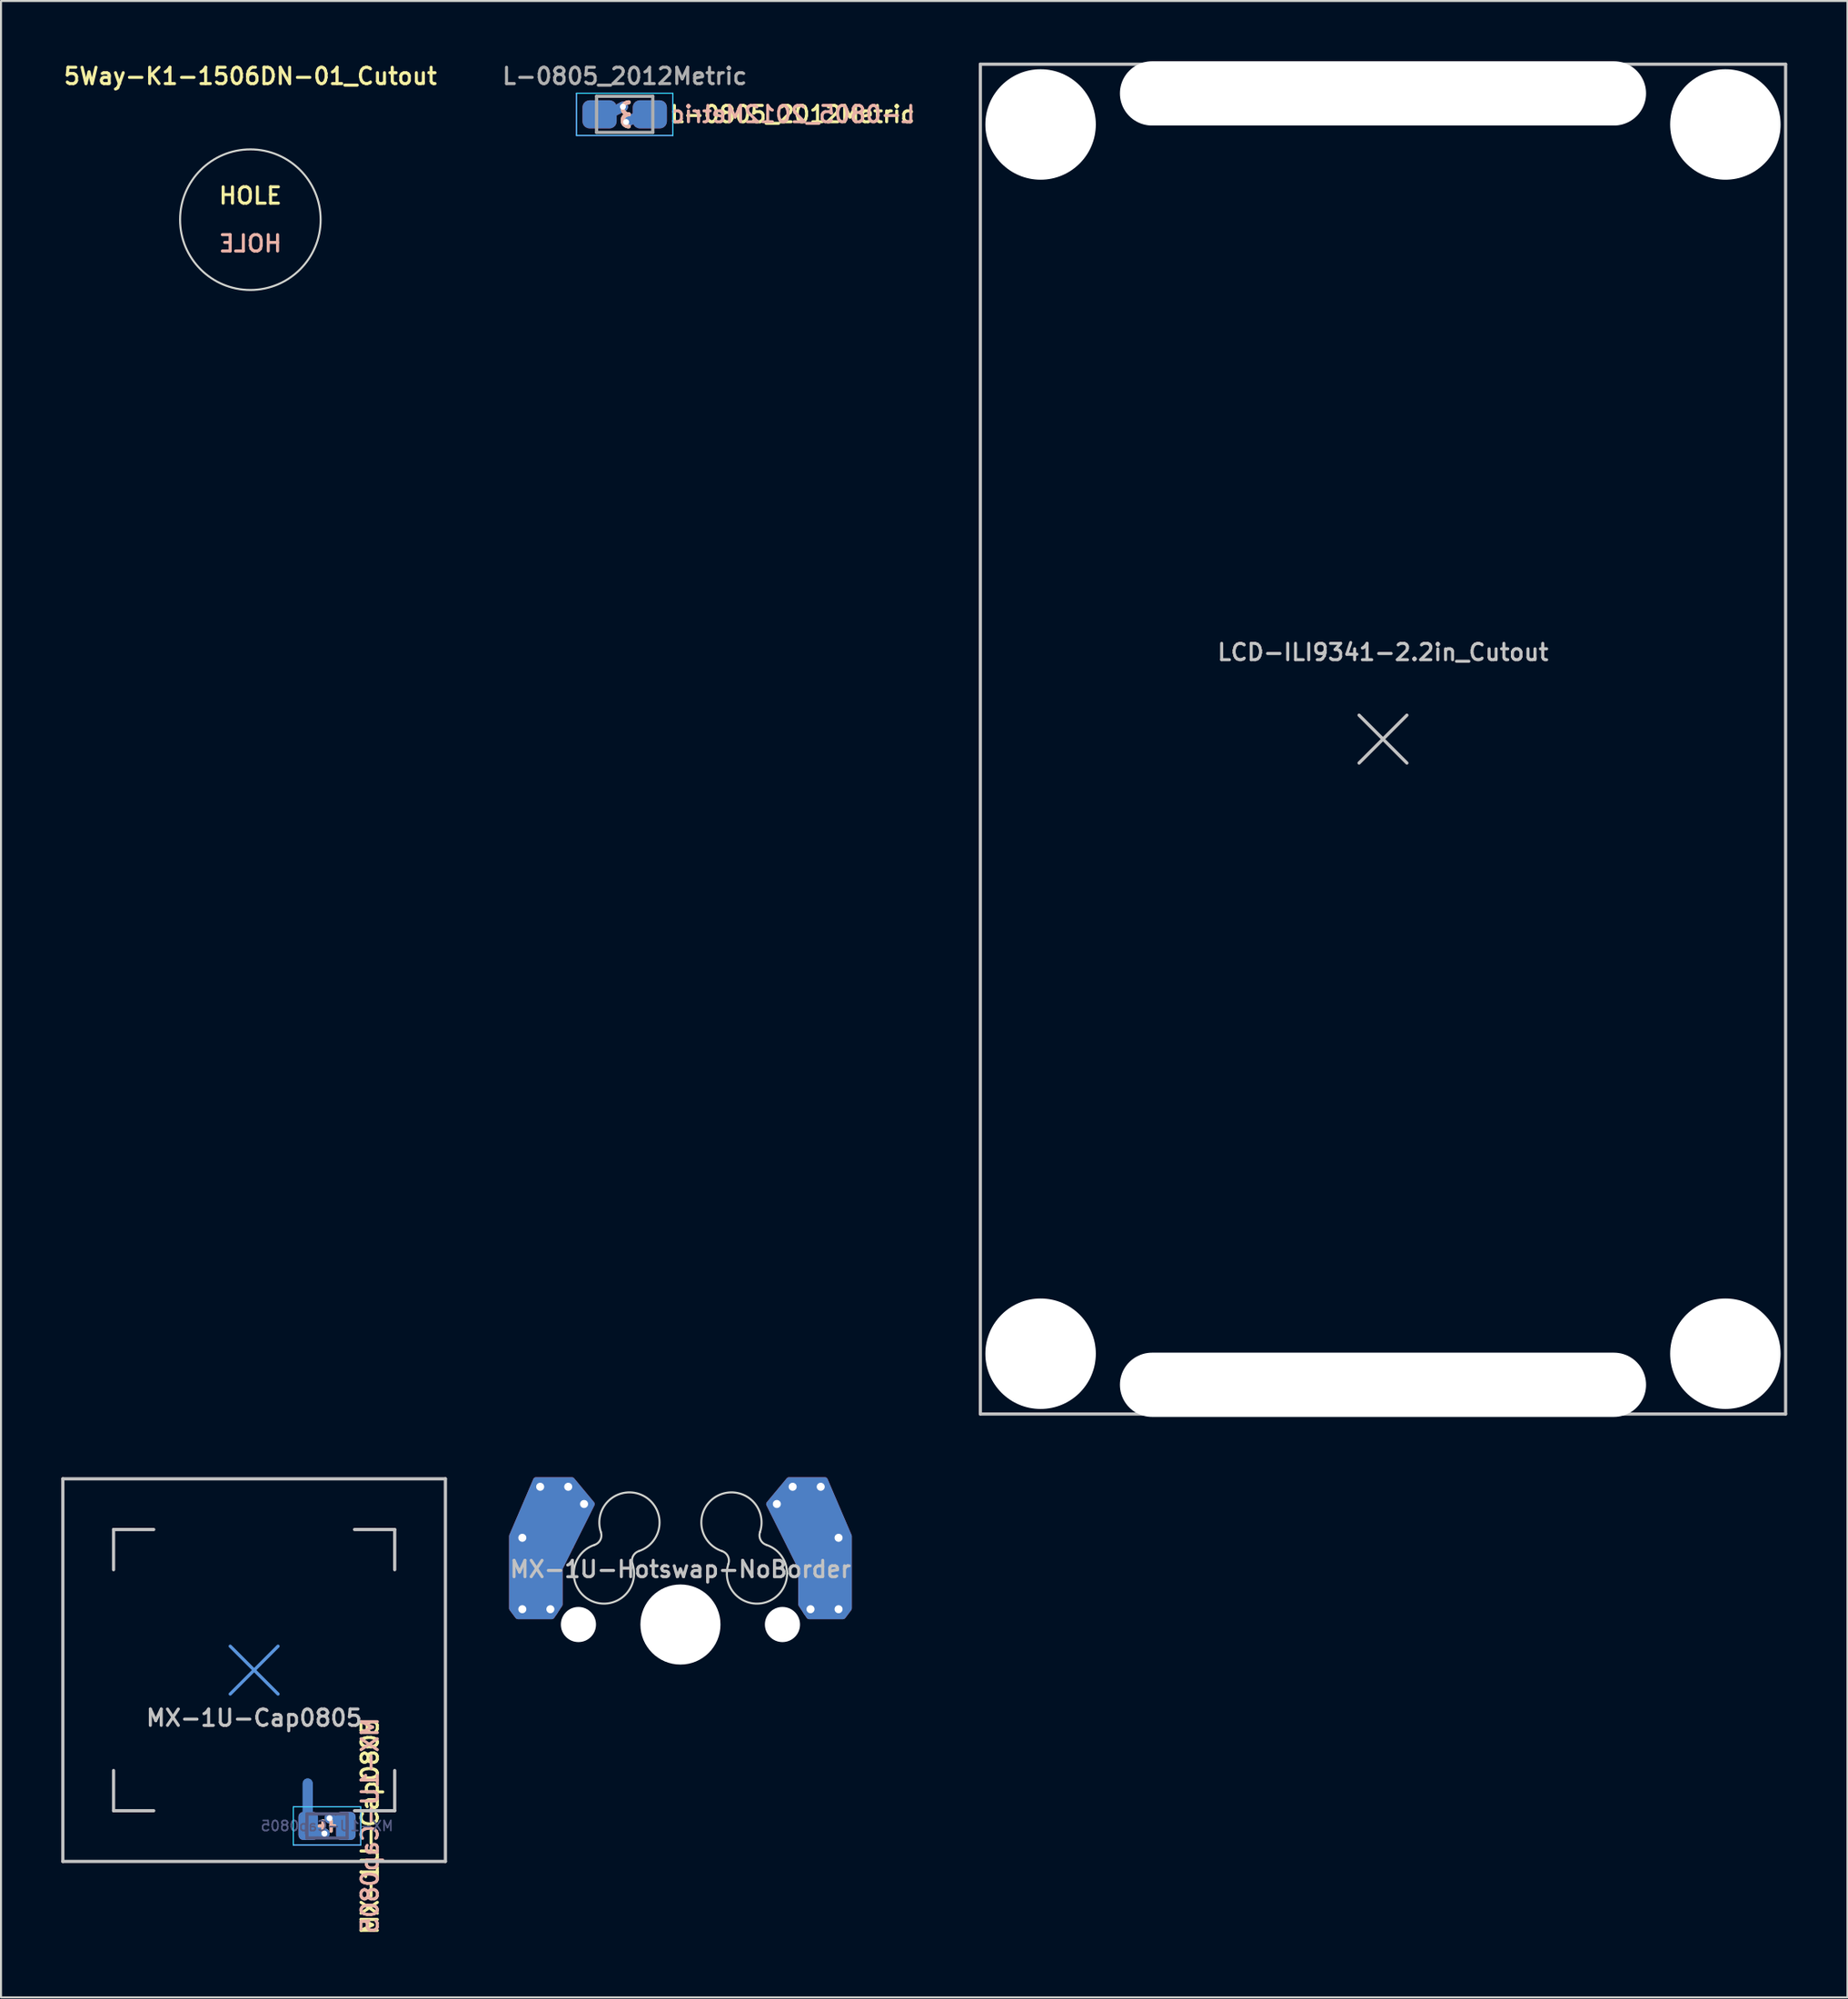
<source format=kicad_pcb>
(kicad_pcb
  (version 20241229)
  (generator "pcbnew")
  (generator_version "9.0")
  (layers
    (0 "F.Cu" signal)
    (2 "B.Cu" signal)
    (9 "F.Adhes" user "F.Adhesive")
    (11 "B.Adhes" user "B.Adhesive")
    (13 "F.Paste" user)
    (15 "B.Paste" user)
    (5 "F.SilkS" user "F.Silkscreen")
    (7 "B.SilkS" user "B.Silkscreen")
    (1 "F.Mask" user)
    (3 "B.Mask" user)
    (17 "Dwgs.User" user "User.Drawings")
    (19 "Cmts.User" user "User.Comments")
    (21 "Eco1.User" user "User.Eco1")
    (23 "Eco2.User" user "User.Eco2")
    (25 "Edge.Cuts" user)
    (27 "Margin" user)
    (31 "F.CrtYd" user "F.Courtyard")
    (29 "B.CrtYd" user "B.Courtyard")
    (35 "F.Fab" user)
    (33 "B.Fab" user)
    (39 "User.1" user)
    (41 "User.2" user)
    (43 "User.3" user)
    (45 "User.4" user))
  (footprint "L-0805_2012Metric"
    (layer "F.Cu")
    (at 28.058 2.643)
    (property "Reference" "L-0805_2012Metric" (at 2.182 0 0) (layer "F.SilkS") (effects (font (size 0.813 0.813) (thickness 0.152)) (justify left)))
    (attr smd)
    (fp_arc (start 0.2 0) (mid -0.1 -0.3) (end 0.2 -0.6) (stroke (width 0.2) (type solid)) (layer "F.SilkS"))
    (fp_arc (start 0.2 0.6) (mid -0.1 0.3) (end 0.2 0) (stroke (width 0.2) (type solid)) (layer "F.SilkS"))
    (fp_arc (start 0.2 0) (mid -0.1 -0.3) (end 0.2 -0.6) (stroke (width 0.2) (type solid)) (layer "B.SilkS"))
    (fp_arc (start 0.2 0.6) (mid -0.1 0.3) (end 0.2 0) (stroke (width 0.2) (type solid)) (layer "B.SilkS"))
    (fp_line (start -2.4 -1.05) (end -2.4 1.05) (stroke (width 0.05) (type solid)) (layer "B.CrtYd"))
    (fp_line (start -2.4 -1.05) (end 2.4 -1.05) (stroke (width 0.05) (type solid)) (layer "B.CrtYd"))
    (fp_line (start 2.4 -1.05) (end 2.4 1.05) (stroke (width 0.05) (type solid)) (layer "B.CrtYd"))
    (fp_line (start 2.4 1.05) (end -2.4 1.05) (stroke (width 0.05) (type solid)) (layer "B.CrtYd"))
    (fp_line (start -2.4 -1.05) (end -2.4 1.05) (stroke (width 0.05) (type solid)) (layer "F.CrtYd"))
    (fp_line (start -2.4 -1.05) (end 2.4 -1.05) (stroke (width 0.05) (type solid)) (layer "F.CrtYd"))
    (fp_line (start 2.4 -1.05) (end 2.4 1.05) (stroke (width 0.05) (type solid)) (layer "F.CrtYd"))
    (fp_line (start 2.4 1.05) (end -2.4 1.05) (stroke (width 0.05) (type solid)) (layer "F.CrtYd"))
    (fp_line (start -1.4 -0.9) (end 1.4 -0.9) (stroke (width 0.16) (type solid)) (layer "F.Fab"))
    (fp_line (start -1.4 0.9) (end -1.4 -0.9) (stroke (width 0.16) (type solid)) (layer "F.Fab"))
    (fp_line (start 1.4 -0.9) (end 1.4 0.9) (stroke (width 0.16) (type solid)) (layer "F.Fab"))
    (fp_line (start 1.4 0.9) (end -1.4 0.9) (stroke (width 0.16) (type solid)) (layer "F.Fab"))
    (fp_text user "${REFERENCE}" (at 2.182 0 0) (layer "B.SilkS") (effects (font (size 0.813 0.813) (thickness 0.152)) (justify right mirror)))
    (fp_text user "${REFERENCE}" (at 0 -1.9 0) (layer "F.Fab") (effects (font (size 0.813 0.813) (thickness 0.152))))
    (pad "1" smd roundrect (at -1.251 0) (size 1.701 1.4) (layers "F.Cu" "F.Mask" "F.Paste") (roundrect_rratio 0.25))
    (pad "1" smd roundrect (at -1.251 0) (size 1.701 1.4) (layers "B.Cu" "B.Mask" "B.Paste") (roundrect_rratio 0.25))
    (pad "1" smd custom (at -0.851 0) (size 0.01 0.01) (layers "F.Cu") (options (anchor circle)) (primitives (gr_line (start 0.762 -0.381) (end 0 0) (width 0.5))))
    (pad "1" smd custom (at -0.851 0) (size 0.01 0.01) (layers "B.Cu") (options (anchor circle)) (primitives (gr_line (start 0.762 -0.381) (end 0 0) (width 0.5))))
    (pad "1" thru_hole circle (at -0.089 -0.381) (size 0.5 0.5) (drill 0.3) (layers "*.Cu"))
    (pad "2" thru_hole circle (at 0.07 0.381) (size 0.5 0.5) (drill 0.3) (layers "*.Cu"))
    (pad "2" smd custom (at 0.851 0) (size 0.01 0.01) (layers "F.Cu") (options (anchor circle)) (primitives (gr_line (start -0.761 0.381) (end 0.001 0) (width 0.5))))
    (pad "2" smd custom (at 0.851 0) (size 0.01 0.01) (layers "B.Cu") (options (anchor circle)) (primitives (gr_line (start -0.761 0.381) (end 0.001 0) (width 0.5))))
    (pad "2" smd roundrect (at 1.251 0) (size 1.701 1.4) (layers "F.Cu" "F.Mask" "F.Paste") (roundrect_rratio 0.25))
    (pad "2" smd roundrect (at 1.251 0) (size 1.701 1.4) (layers "B.Cu" "B.Mask" "B.Paste") (roundrect_rratio 0.25)))
  (footprint "5Way-K1-1506DN-01_Cutout"
    (layer "F.Cu")
    (at 9.417 7.887)
    (property "Reference" "5Way-K1-1506DN-01_Cutout" (at 0 -7.144 0) (layer "F.SilkS") (effects (font (size 0.813 0.813) (thickness 0.152))))
    (attr exclude_from_pos_files exclude_from_bom)
    (fp_circle (center 0 0) (end 3.5 0) (stroke (width 0.1) (type solid)) (fill no) (layer "Edge.Cuts"))
    (fp_text user "HOLE" (at 0 -1.191 0) (layer "F.SilkS") (effects (font (size 0.813 0.813) (thickness 0.152))))
    (fp_text user "HOLE" (at 0 1.191 0) (layer "B.SilkS") (effects (font (size 0.813 0.813) (thickness 0.152)) (justify mirror))))
  (footprint "LCD-ILI9341-2.2in_Cutout"
    (layer "F.Cu")
    (at 65.818 33.747)
    (property "Reference" "LCD-ILI9341-2.2in_Cutout" (at 0 -4.322 180) (layer "Dwgs.User") (effects (font (size 0.813 0.813) (thickness 0.152))))
    (attr exclude_from_pos_files exclude_from_bom)
    (fp_line (start -20.05 -33.6) (end -20.05 33.6) (stroke (width 0.16) (type solid)) (layer "Dwgs.User"))
    (fp_line (start -20.05 -33.6) (end 20.05 -33.6) (stroke (width 0.16) (type solid)) (layer "Dwgs.User"))
    (fp_line (start -20.05 33.6) (end 20.05 33.6) (stroke (width 0.16) (type solid)) (layer "Dwgs.User"))
    (fp_line (start -1.191 -1.191) (end 1.191 1.191) (stroke (width 0.16) (type solid)) (layer "Dwgs.User"))
    (fp_line (start 1.191 -1.191) (end -1.191 1.191) (stroke (width 0.16) (type solid)) (layer "Dwgs.User"))
    (fp_line (start 20.05 -33.6) (end 20.05 33.6) (stroke (width 0.16) (type solid)) (layer "Dwgs.User"))
    (fp_text user "HOLE" (at -2.381 32.147 0) (layer "F.SilkS") (effects (font (size 0.813 0.813) (thickness 0.152))))
    (fp_text user "HOLE" (at -2.381 -32.147 0) (layer "F.SilkS") (effects (font (size 0.813 0.813) (thickness 0.152))))
    (fp_text user "HOLE" (at 2.381 32.147 0) (layer "B.SilkS") (effects (font (size 0.813 0.813) (thickness 0.152)) (justify mirror)))
    (fp_text user "HOLE" (at 2.381 -32.147 0) (layer "B.SilkS") (effects (font (size 0.813 0.813) (thickness 0.152)) (justify mirror)))
    (pad "" np_thru_hole circle (at -17.05 -30.6) (size 5.5 5.5) (drill 5.5) (layers "*.Cu" "*.Mask"))
    (pad "" np_thru_hole circle (at -17.05 30.6) (size 5.5 5.5) (drill 5.5) (layers "*.Cu" "*.Mask"))
    (pad "" np_thru_hole oval (at 0 -32.147) (size 26.2 3.2) (drill oval 26.2 3.2) (layers "*.Cu" "*.Mask"))
    (pad "" np_thru_hole oval (at 0 32.147) (size 26.2 3.2) (drill oval 26.2 3.2) (layers "*.Cu" "*.Mask"))
    (pad "" np_thru_hole circle (at 17.05 -30.6) (size 5.5 5.5) (drill 5.5) (layers "*.Cu" "*.Mask"))
    (pad "" np_thru_hole circle (at 17.05 30.6 90) (size 5.5 5.5) (drill 5.5) (layers "*.Cu" "*.Mask")))
  (footprint "MX-1U-Cap0805"
    (layer "F.Cu")
    (at 9.605 80.099)
    (property "Reference" "MX-1U-Cap0805" (at 0 2.381 0) (layer "Dwgs.User") (effects (font (size 0.813 0.813) (thickness 0.152))))
    (attr through_hole)
    (fp_line (start 3.427 8.016) (end 3.427 7.499) (stroke (width 0.16) (type solid)) (layer "F.SilkS"))
    (fp_line (start 3.439 7.757) (end 3.248 7.757) (stroke (width 0.16) (type solid)) (layer "F.SilkS"))
    (fp_line (start 3.831 8.016) (end 3.831 7.499) (stroke (width 0.16) (type solid)) (layer "F.SilkS"))
    (fp_line (start 4.01 7.757) (end 3.82 7.757) (stroke (width 0.16) (type solid)) (layer "F.SilkS"))
    (fp_line (start 3.427 8.016) (end 3.427 7.499) (stroke (width 0.16) (type solid)) (layer "B.SilkS"))
    (fp_line (start 3.439 7.757) (end 3.248 7.757) (stroke (width 0.16) (type solid)) (layer "B.SilkS"))
    (fp_line (start 3.831 8.016) (end 3.831 7.499) (stroke (width 0.16) (type solid)) (layer "B.SilkS"))
    (fp_line (start 4.01 7.757) (end 3.82 7.757) (stroke (width 0.16) (type solid)) (layer "B.SilkS"))
    (fp_line (start -9.525 -9.525) (end 9.525 -9.525) (stroke (width 0.16) (type solid)) (layer "Dwgs.User"))
    (fp_line (start -9.525 9.525) (end -9.525 -9.525) (stroke (width 0.16) (type solid)) (layer "Dwgs.User"))
    (fp_line (start -7 -7) (end -7 -5) (stroke (width 0.16) (type solid)) (layer "Dwgs.User"))
    (fp_line (start -7 5) (end -7 7) (stroke (width 0.16) (type solid)) (layer "Dwgs.User"))
    (fp_line (start -7 7) (end -5 7) (stroke (width 0.16) (type solid)) (layer "Dwgs.User"))
    (fp_line (start -5 -7) (end -7 -7) (stroke (width 0.16) (type solid)) (layer "Dwgs.User"))
    (fp_line (start 5 -7) (end 7 -7) (stroke (width 0.16) (type solid)) (layer "Dwgs.User"))
    (fp_line (start 5 7) (end 7 7) (stroke (width 0.16) (type solid)) (layer "Dwgs.User"))
    (fp_line (start 7 -7) (end 7 -5) (stroke (width 0.16) (type solid)) (layer "Dwgs.User"))
    (fp_line (start 7 7) (end 7 5) (stroke (width 0.16) (type solid)) (layer "Dwgs.User"))
    (fp_line (start 9.525 -9.525) (end 9.525 9.525) (stroke (width 0.16) (type solid)) (layer "Dwgs.User"))
    (fp_line (start 9.525 9.525) (end -9.525 9.525) (stroke (width 0.16) (type solid)) (layer "Dwgs.User"))
    (fp_line (start -1.191 -1.191) (end 1.191 1.191) (stroke (width 0.16) (type solid)) (layer "Cmts.User"))
    (fp_line (start -1.191 1.191) (end 1.191 -1.191) (stroke (width 0.16) (type solid)) (layer "Cmts.User"))
    (fp_line (start 1.949 6.807) (end 1.949 8.707) (stroke (width 0.05) (type solid)) (layer "B.CrtYd"))
    (fp_line (start 1.949 8.707) (end 5.309 8.707) (stroke (width 0.05) (type solid)) (layer "B.CrtYd"))
    (fp_line (start 5.309 6.807) (end 1.949 6.807) (stroke (width 0.05) (type solid)) (layer "B.CrtYd"))
    (fp_line (start 5.309 8.707) (end 5.309 6.807) (stroke (width 0.05) (type solid)) (layer "B.CrtYd"))
    (fp_line (start 1.949 6.807) (end 1.949 8.707) (stroke (width 0.05) (type solid)) (layer "F.CrtYd"))
    (fp_line (start 1.949 8.707) (end 5.309 8.707) (stroke (width 0.05) (type solid)) (layer "F.CrtYd"))
    (fp_line (start 5.309 6.807) (end 1.949 6.807) (stroke (width 0.05) (type solid)) (layer "F.CrtYd"))
    (fp_line (start 5.309 8.707) (end 5.309 6.807) (stroke (width 0.05) (type solid)) (layer "F.CrtYd"))
    (fp_line (start 2.629 7.157) (end 2.629 8.357) (stroke (width 0.16) (type solid)) (layer "B.Fab"))
    (fp_line (start 2.629 8.357) (end 4.629 8.357) (stroke (width 0.16) (type solid)) (layer "B.Fab"))
    (fp_line (start 4.629 7.157) (end 2.629 7.157) (stroke (width 0.16) (type solid)) (layer "B.Fab"))
    (fp_line (start 4.629 8.357) (end 4.629 7.157) (stroke (width 0.16) (type solid)) (layer "B.Fab"))
    (fp_text user "${REFERENCE}" (at 5.766 7.786 90) (layer "F.SilkS") (effects (font (size 0.813 0.813) (thickness 0.152))))
    (fp_text user "${REFERENCE}" (at 5.766 7.735 90) (layer "B.SilkS") (effects (font (size 0.813 0.813) (thickness 0.152)) (justify mirror)))
    (fp_text user "${REFERENCE}" (at 3.629 7.757 0) (layer "B.Fab") (effects (font (size 0.5 0.5) (thickness 0.08)) (justify mirror)))
    (pad "1" smd custom (at 2.692 7.75) (size 0.01 0.01) (layers "B.Cu") (options (anchor circle)) (primitives (gr_line (start 0.81 0.381) (end -0.079 0) (width 0.5)) (gr_line (start -0.025 -2.111) (end -0.025 0.003) (width 0.5))))
    (pad "1" smd custom (at 2.692 7.757) (size 0.01 0.01) (layers "F.Cu") (options (anchor circle)) (primitives (gr_line (start 0.81 0.381) (end -0.079 0) (width 0.5))))
    (pad "1" smd custom (at 2.692 7.757) (size 0.01 0.01) (layers "B.Cu") (options (anchor circle)) (primitives (gr_line (start 0.81 0.381) (end -0.079 0) (width 0.5)) (gr_line (start -0.025 -2.111) (end -0.025 0.003) (width 0.5))))
    (pad "1" smd custom (at 2.692 7.757) (size 0.01 0.01) (layers "B.Cu") (options (anchor circle)) (primitives (gr_line (start 0.81 0.381) (end -0.079 0) (width 0.5))))
    (pad "1" smd roundrect (at 2.692 7.757) (size 0.975 1.4) (layers "F.Cu" "F.Mask" "F.Paste") (roundrect_rratio 0.25))
    (pad "1" smd roundrect (at 2.692 7.757) (size 0.975 1.4) (layers "B.Cu" "B.Mask" "B.Paste") (roundrect_rratio 0.25))
    (pad "1" thru_hole circle (at 3.502 8.138) (size 0.5 0.5) (drill 0.3) (layers "*.Cu"))
    (pad "2" thru_hole circle (at 3.756 7.376) (size 0.5 0.5) (drill 0.3) (layers "*.Cu"))
    (pad "2" smd custom (at 4.567 7.757) (size 0.01 0.01) (layers "F.Cu") (options (anchor circle)) (primitives (gr_line (start -0.81 -0.381) (end 0.079 0) (width 0.5))))
    (pad "2" smd custom (at 4.567 7.757) (size 0.01 0.01) (layers "B.Cu") (options (anchor circle)) (primitives (gr_line (start -0.81 -0.381) (end 0.079 0) (width 0.5))))
    (pad "2" smd roundrect (at 4.567 7.757) (size 0.975 1.4) (layers "F.Cu" "F.Mask" "F.Paste") (roundrect_rratio 0.25))
    (pad "2" smd roundrect (at 4.567 7.757) (size 0.975 1.4) (layers "B.Cu" "B.Mask" "B.Paste") (roundrect_rratio 0.25)))
  (footprint "MX-1U-Hotswap-NoBorder"
    (layer "F.Cu")
    (at 30.834 77.829)
    (property "Reference" "MX-1U-Hotswap-NoBorder" (at 0 -2.75 0) (layer "Dwgs.User") (effects (font (size 0.813 0.813) (thickness 0.152))))
    (attr through_hole)
    (fp_line (start -1.191 -1.191) (end 1.191 1.191) (stroke (width 0.16) (type solid)) (layer "Cmts.User"))
    (fp_line (start -1.191 1.191) (end 1.191 -1.191) (stroke (width 0.16) (type solid)) (layer "Cmts.User"))
    (fp_arc (start -3.96108 -4.600241) (mid -3.987242 -4.216863) (end -4.277581 -3.965135) (stroke (width 0.1) (type solid)) (layer "Edge.Cuts"))
    (fp_arc (start -3.96108 -4.600241) (mid -1.869375 -6.421603) (end -2.070859 -3.655379) (stroke (width 0.1) (type solid)) (layer "Edge.Cuts"))
    (fp_arc (start -2.389 -3.02) (mid -4.481247 -1.198706) (end -4.277581 -3.965135) (stroke (width 0.1) (type solid)) (layer "Edge.Cuts"))
    (fp_arc (start -2.389 -3.02) (mid -2.362333 -3.403985) (end -2.070858 -3.655378) (stroke (width 0.1) (type solid)) (layer "Edge.Cuts"))
    (fp_arc (start 2.070858 -3.655378) (mid 2.362333 -3.403985) (end 2.389 -3.02) (stroke (width 0.1) (type solid)) (layer "Edge.Cuts"))
    (fp_arc (start 2.070859 -3.655379) (mid 1.869375 -6.421604) (end 3.96108 -4.600241) (stroke (width 0.1) (type solid)) (layer "Edge.Cuts"))
    (fp_arc (start 4.277581 -3.965135) (mid 4.481247 -1.198706) (end 2.389 -3.02) (stroke (width 0.1) (type solid)) (layer "Edge.Cuts"))
    (fp_arc (start 4.277581 -3.965135) (mid 3.987242 -4.216863) (end 3.96108 -4.600241) (stroke (width 0.1) (type solid)) (layer "Edge.Cuts"))
    (pad "" np_thru_hole circle (at -5.08 0 48) (size 1.75 1.75) (drill 1.75) (layers "*.Cu" "*.Mask"))
    (pad "" np_thru_hole circle (at 0 0) (size 3.988 3.988) (drill 3.988) (layers "*.Cu" "*.Mask"))
    (pad "" np_thru_hole circle (at 5.08 0 48) (size 1.75 1.75) (drill 1.75) (layers "*.Cu" "*.Mask"))
    (pad "1" thru_hole circle (at -7.874 -4.318) (size 0.8 0.8) (drill 0.4) (layers "*.Cu"))
    (pad "1" thru_hole circle (at -7.874 -0.762) (size 0.8 0.8) (drill 0.4) (layers "*.Cu"))
    (pad "1" smd custom (at -7.285 -2.54 180) (size 2.35 2.5) (layers "B.Cu") (options (anchor rect)) (primitives (gr_poly (pts (xy -1.285 -1.54) (xy -1.285 0.26) (xy -2.885 3.46) (xy -1.885 4.66) (xy -0.085 4.66) (xy 1.115 1.86) (xy 1.115 -1.74) (xy 0.815 -2.14) (xy -0.885 -2.14)) (width 0.27) (fill yes))))
    (pad "1" smd rect (at -7.2 -2.54 180) (size 2.35 2.5) (layers "B.Cu" "B.Mask" "B.Paste"))
    (pad "1" thru_hole circle (at -6.985 -6.858) (size 0.8 0.8) (drill 0.4) (layers "*.Cu"))
    (pad "1" smd custom (at -6.499 -5.067 180) (size 2.15 2.5) (layers "F.Cu") (options (anchor rect)) (primitives (gr_poly (pts (xy -0.499 -4.067) (xy -0.499 -2.267) (xy -2.099 0.933) (xy -1.099 2.133) (xy 0.701 2.133) (xy 1.901 -0.667) (xy 1.901 -4.267) (xy 1.601 -4.667) (xy -0.099 -4.667)) (width 0.27) (fill yes))))
    (pad "1" thru_hole circle (at -6.477 -0.762) (size 0.8 0.8) (drill 0.4) (layers "*.Cu"))
    (pad "1" smd rect (at -6.399 -5.067 180) (size 2.15 2.5) (layers "F.Cu" "F.Mask" "F.Paste"))
    (pad "1" thru_hole circle (at -5.588 -6.858) (size 0.8 0.8) (drill 0.4) (layers "*.Cu"))
    (pad "1" thru_hole circle (at -4.8 -6) (size 0.8 0.8) (drill 0.4) (layers "*.Cu"))
    (pad "2" thru_hole circle (at 4.8 -6) (size 0.8 0.8) (drill 0.4) (layers "*.Cu"))
    (pad "2" thru_hole circle (at 5.588 -6.858) (size 0.8 0.8) (drill 0.4) (layers "*.Cu"))
    (pad "2" smd rect (at 6.425 -5.067) (size 2.15 2.5) (layers "B.Cu" "B.Mask" "B.Paste"))
    (pad "2" smd custom (at 6.425 -5.067 180) (size 2.15 2.5) (layers "B.Cu") (options (anchor rect)) (primitives (gr_poly (pts (xy 0.425 -4.067) (xy 0.425 -2.267) (xy 2.025 0.933) (xy 1.025 2.133) (xy -0.775 2.133) (xy -1.975 -0.667) (xy -1.975 -4.267) (xy -1.675 -4.667) (xy 0.025 -4.667)) (width 0.27) (fill yes))))
    (pad "2" thru_hole circle (at 6.477 -0.762) (size 0.8 0.8) (drill 0.4) (layers "*.Cu"))
    (pad "2" thru_hole circle (at 6.985 -6.858) (size 0.8 0.8) (drill 0.4) (layers "*.Cu"))
    (pad "2" smd rect (at 7.212 -2.54) (size 2.35 2.5) (layers "F.Cu" "F.Mask" "F.Paste"))
    (pad "2" smd custom (at 7.212 -2.54 180) (size 2.35 2.5) (layers "F.Cu") (options (anchor rect)) (primitives (gr_poly (pts (xy 1.212 -1.54) (xy 1.212 0.26) (xy 2.812 3.46) (xy 1.812 4.66) (xy 0.012 4.66) (xy -1.188 1.86) (xy -1.188 -1.74) (xy -0.888 -2.14) (xy 0.812 -2.14)) (width 0.27) (fill yes))))
    (pad "2" thru_hole circle (at 7.874 -4.318) (size 0.8 0.8) (drill 0.4) (layers "*.Cu"))
    (pad "2" thru_hole circle (at 7.874 -0.762) (size 0.8 0.8) (drill 0.4) (layers "*.Cu")))
  (gr_rect
    (start -3 -3)
    (end 88.948 96.393)
    (stroke (width 0.1) (type default))
    (fill no)
    (layer "Edge.Cuts")))
</source>
